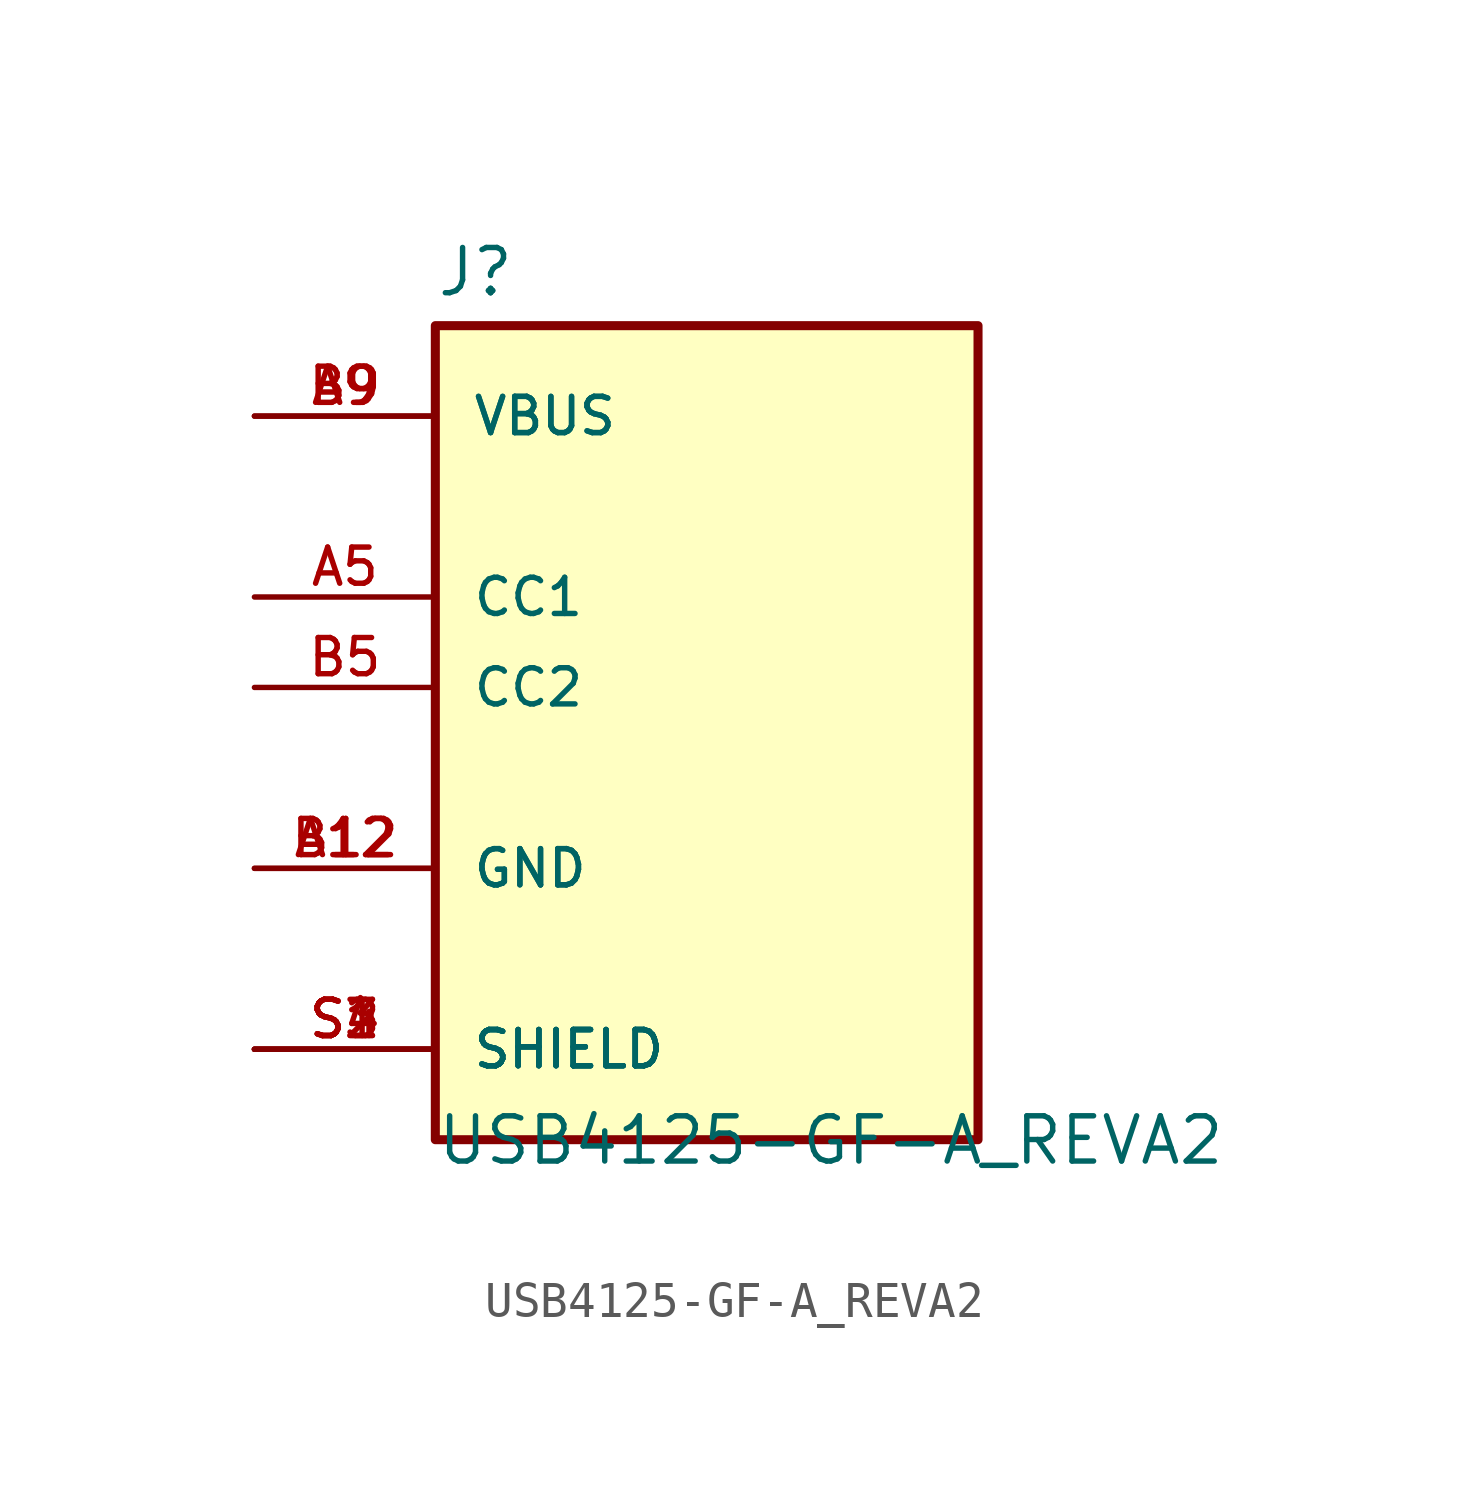
<source format=kicad_sym>
(kicad_symbol_lib
  (version 20211014)
  (generator kicad_symbol_editor)
  (symbol "USB4125-GF-A_REVA2"
    (pin_names
      (offset 1.016))
    (property "Reference" "J"
      (at -7.62 10.922 0)
      (effects (font (size 1.27 1.27)) (justify left bottom)))
    (property "Value" "USB4125-GF-A_REVA2"
      (at -7.62 -13.462 0)
      (effects (font (size 1.27 1.27)) (justify left bottom)))
    (property "ki_locked" ""
      (at 0 0 0)
      (effects (font (size 1.27 1.27))))
    (symbol "USB4125-GF-A_REVA2_0_0"
      (rectangle (start -7.62 -12.7) (end 7.62 10.16) (stroke (width 0.254) (type default) (color 0 0 0 0)) (fill (type background)))
      (pin power_in line (at -12.7 -5.08 0) (length 5.08) (name "GND" (effects (font (size 1.016 1.016)))) (number "A12" (effects (font (size 1.016 1.016)))))
      (pin bidirectional line (at -12.7 2.54 0) (length 5.08) (name "CC1" (effects (font (size 1.016 1.016)))) (number "A5" (effects (font (size 1.016 1.016)))))
      (pin power_in line (at -12.7 7.62 0) (length 5.08) (name "VBUS" (effects (font (size 1.016 1.016)))) (number "A9" (effects (font (size 1.016 1.016)))))
      (pin power_in line (at -12.7 -5.08 0) (length 5.08) (name "GND" (effects (font (size 1.016 1.016)))) (number "B12" (effects (font (size 1.016 1.016)))))
      (pin bidirectional line (at -12.7 0 0) (length 5.08) (name "CC2" (effects (font (size 1.016 1.016)))) (number "B5" (effects (font (size 1.016 1.016)))))
      (pin power_in line (at -12.7 7.62 0) (length 5.08) (name "VBUS" (effects (font (size 1.016 1.016)))) (number "B9" (effects (font (size 1.016 1.016)))))
      (pin passive line (at -12.7 -10.16 0) (length 5.08) (name "SHIELD" (effects (font (size 1.016 1.016)))) (number "S1" (effects (font (size 1.016 1.016)))))
      (pin passive line (at -12.7 -10.16 0) (length 5.08) (name "SHIELD" (effects (font (size 1.016 1.016)))) (number "S2" (effects (font (size 1.016 1.016)))))
      (pin passive line (at -12.7 -10.16 0) (length 5.08) (name "SHIELD" (effects (font (size 1.016 1.016)))) (number "S3" (effects (font (size 1.016 1.016)))))
      (pin passive line (at -12.7 -10.16 0) (length 5.08) (name "SHIELD" (effects (font (size 1.016 1.016)))) (number "S4" (effects (font (size 1.016 1.016))))))))
</source>
